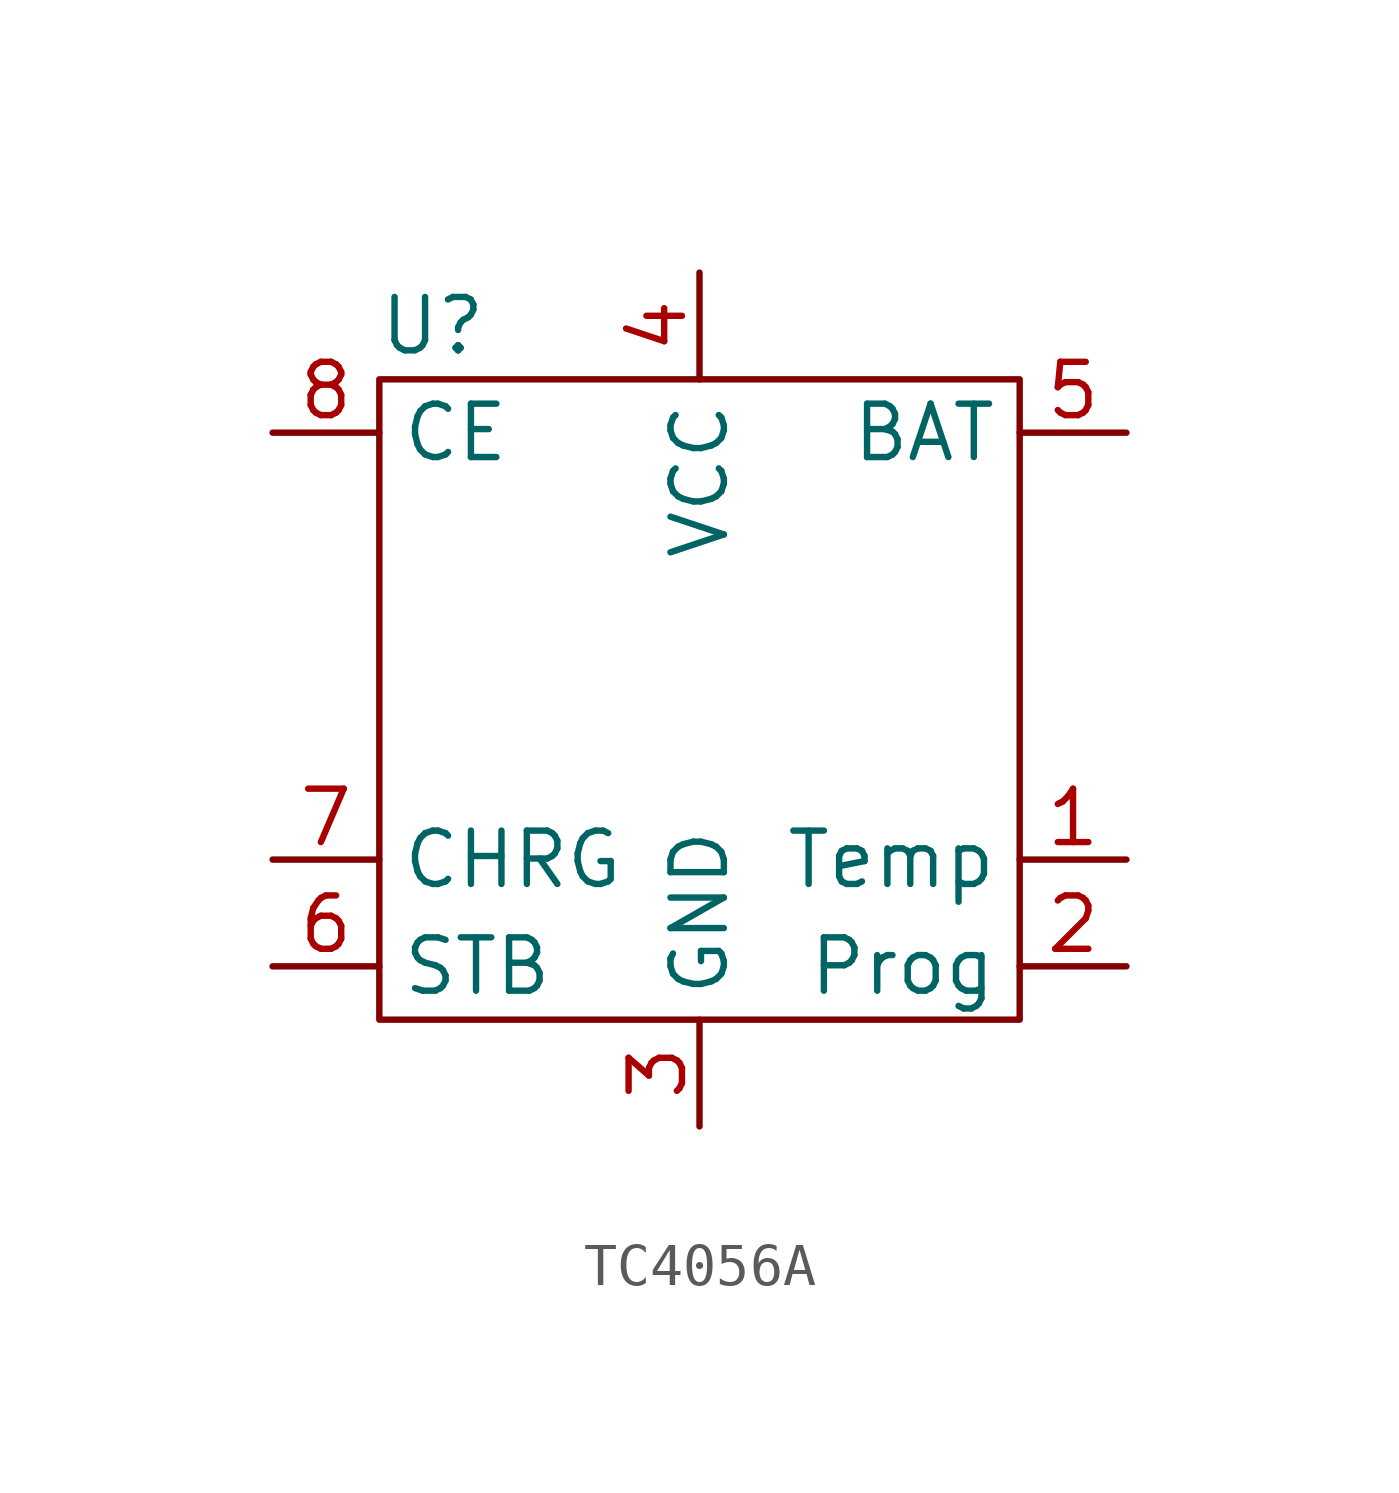
<source format=kicad_sym>
(kicad_symbol_lib
  (version 20220914)
  (generator kicad_symbol_editor)
  (symbol "TC4056A"
    (property "Reference" "U"
      (at 1.27 1.27 0)
      (effects (font (size 1.27 1.27))))
    (property "Value" ""
      (at 0 0 0)
      (effects (font (size 1.27 1.27))))
    (symbol "TC4056A_1_1"
      (rectangle (start 0 0) (end 15.24 -15.24) (stroke (width 0) (type default)) (fill (type none)))
      (pin input line (at 17.78 -11.43 180) (length 2.54) (name "Temp" (effects (font (size 1.27 1.27)))) (number "1" (effects (font (size 1.27 1.27)))))
      (pin passive line (at 17.78 -13.97 180) (length 2.54) (name "Prog" (effects (font (size 1.27 1.27)))) (number "2" (effects (font (size 1.27 1.27)))))
      (pin power_in line (at 7.62 -17.78 90) (length 2.54) (name "GND" (effects (font (size 1.27 1.27)))) (number "3" (effects (font (size 1.27 1.27)))))
      (pin power_in line (at 7.62 2.54 270) (length 2.54) (name "VCC" (effects (font (size 1.27 1.27)))) (number "4" (effects (font (size 1.27 1.27)))))
      (pin bidirectional line (at 17.78 -1.27 180) (length 2.54) (name "BAT" (effects (font (size 1.27 1.27)))) (number "5" (effects (font (size 1.27 1.27)))))
      (pin open_collector line (at -2.54 -13.97 0) (length 2.54) (name "STB" (effects (font (size 1.27 1.27)))) (number "6" (effects (font (size 1.27 1.27)))))
      (pin open_collector line (at -2.54 -11.43 0) (length 2.54) (name "CHRG" (effects (font (size 1.27 1.27)))) (number "7" (effects (font (size 1.27 1.27)))))
      (pin input line (at -2.54 -1.27 0) (length 2.54) (name "CE" (effects (font (size 1.27 1.27)))) (number "8" (effects (font (size 1.27 1.27))))))))
</source>
